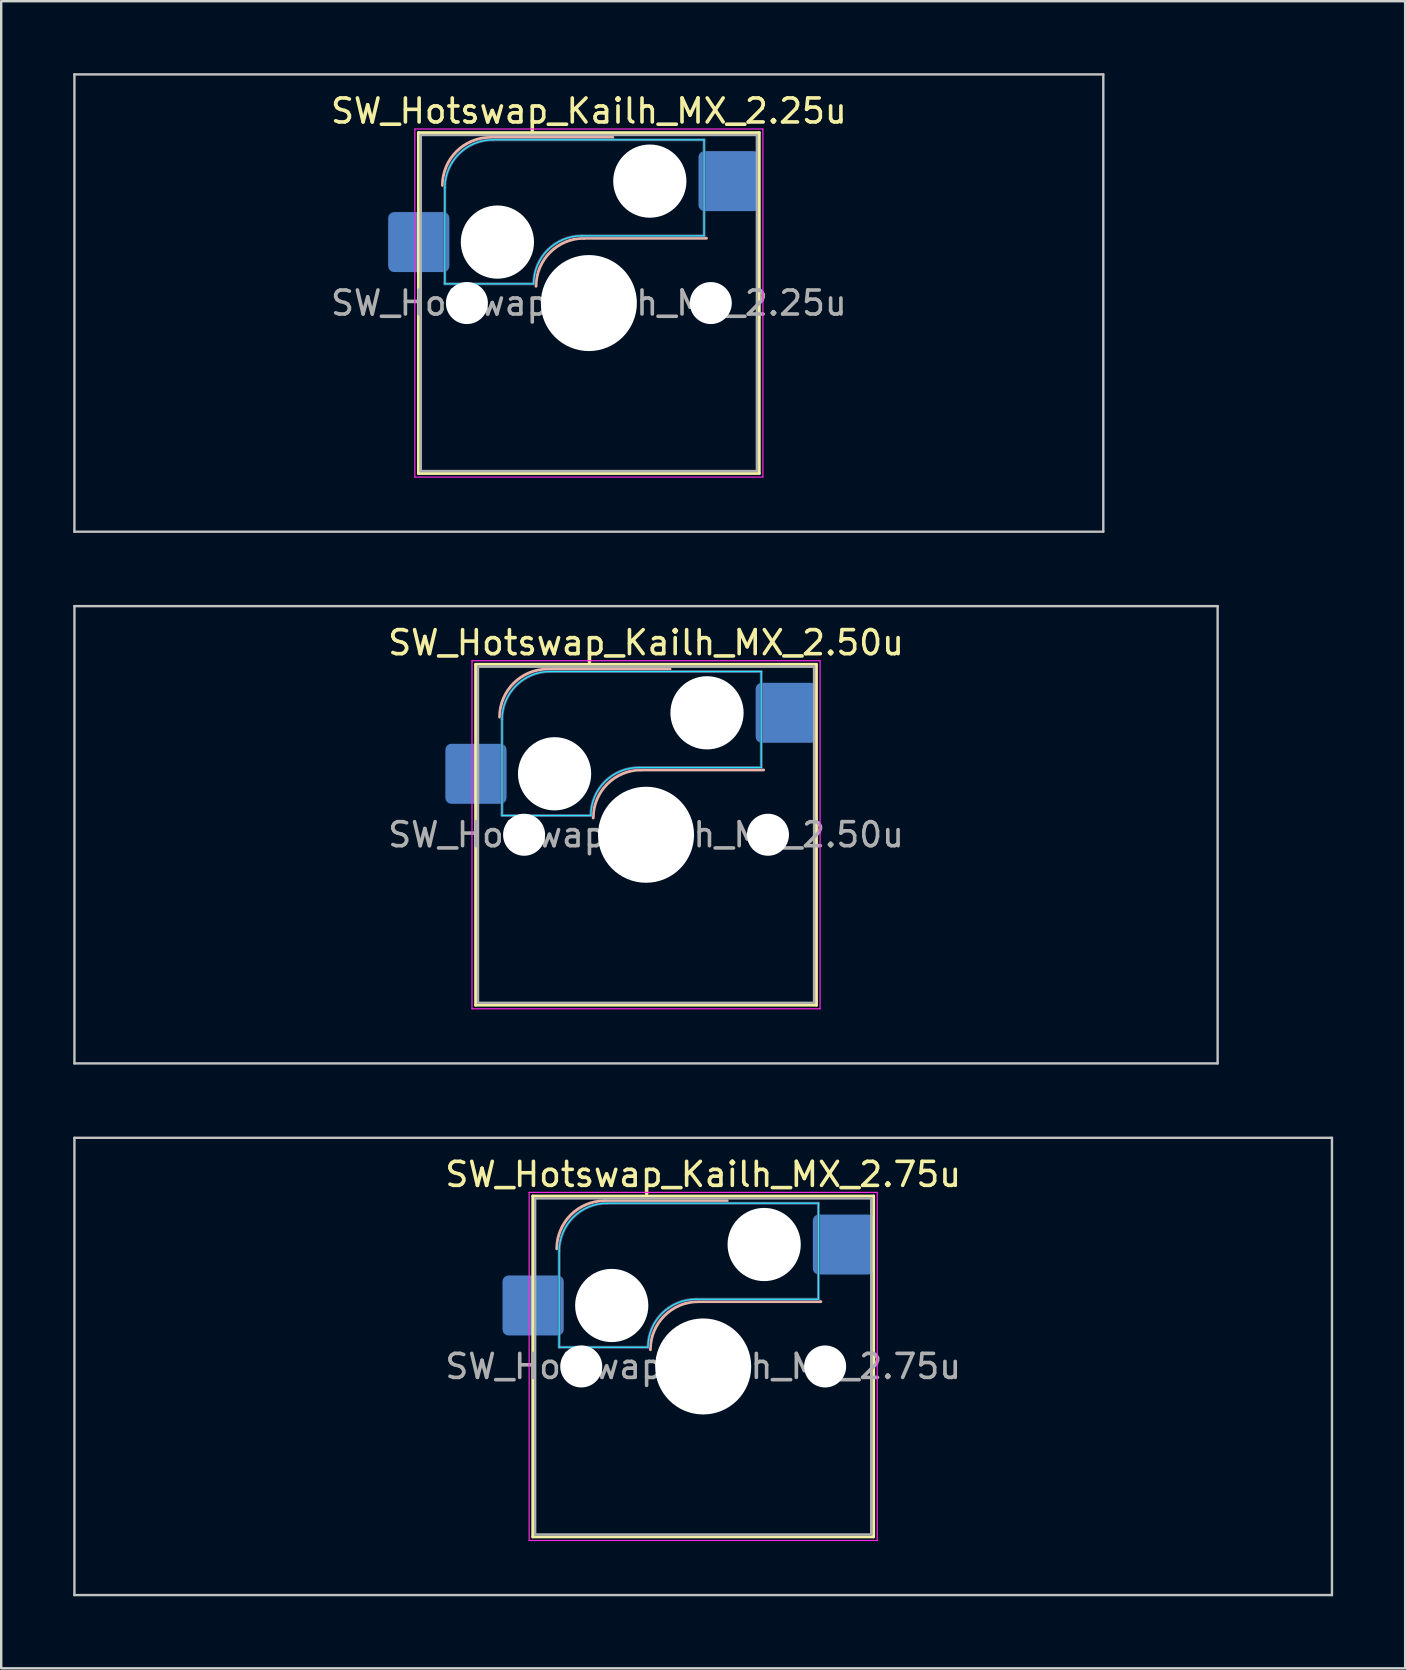
<source format=kicad_pcb>
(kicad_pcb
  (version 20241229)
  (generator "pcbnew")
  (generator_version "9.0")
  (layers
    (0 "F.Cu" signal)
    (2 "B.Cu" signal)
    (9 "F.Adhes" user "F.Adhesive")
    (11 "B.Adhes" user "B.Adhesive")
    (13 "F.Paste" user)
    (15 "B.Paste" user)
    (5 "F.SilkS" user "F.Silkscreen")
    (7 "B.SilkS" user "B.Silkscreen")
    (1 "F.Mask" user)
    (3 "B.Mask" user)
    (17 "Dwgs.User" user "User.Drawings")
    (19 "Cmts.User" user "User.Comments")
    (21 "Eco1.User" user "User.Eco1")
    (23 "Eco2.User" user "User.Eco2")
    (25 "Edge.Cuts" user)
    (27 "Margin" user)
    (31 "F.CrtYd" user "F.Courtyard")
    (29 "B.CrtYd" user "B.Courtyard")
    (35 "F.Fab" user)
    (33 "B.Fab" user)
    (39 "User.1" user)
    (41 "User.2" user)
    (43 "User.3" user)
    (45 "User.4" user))
  (footprint "SW_Hotswap_Kailh_MX_2.75u"
    (layer "F.Cu")
    (at 26.244 53.875)
    (property "Reference" "SW_Hotswap_Kailh_MX_2.75u" (at 0 -8 0) (layer "F.SilkS") (effects (font (size 1 1) (thickness 0.15))))
    (attr smd)
    (fp_line (start -7.1 -7.1) (end -7.1 7.1) (stroke (width 0.12) (type solid)) (layer "F.SilkS"))
    (fp_line (start -7.1 7.1) (end 7.1 7.1) (stroke (width 0.12) (type solid)) (layer "F.SilkS"))
    (fp_line (start 7.1 -7.1) (end -7.1 -7.1) (stroke (width 0.12) (type solid)) (layer "F.SilkS"))
    (fp_line (start 7.1 7.1) (end 7.1 -7.1) (stroke (width 0.12) (type solid)) (layer "F.SilkS"))
    (fp_line (start -4.1 -6.9) (end 1 -6.9) (stroke (width 0.12) (type solid)) (layer "B.SilkS"))
    (fp_line (start -0.2 -2.7) (end 4.9 -2.7) (stroke (width 0.12) (type solid)) (layer "B.SilkS"))
    (fp_arc (start -6.1 -4.9) (mid -5.514214 -6.314214) (end -4.1 -6.9) (stroke (width 0.12) (type solid)) (layer "B.SilkS"))
    (fp_arc (start -2.2 -0.7) (mid -1.614214 -2.114214) (end -0.2 -2.7) (stroke (width 0.12) (type solid)) (layer "B.SilkS"))
    (fp_line (start -26.194 -9.525) (end -26.194 9.525) (stroke (width 0.1) (type solid)) (layer "Dwgs.User"))
    (fp_line (start -26.194 9.525) (end 26.194 9.525) (stroke (width 0.1) (type solid)) (layer "Dwgs.User"))
    (fp_line (start 26.194 -9.525) (end -26.194 -9.525) (stroke (width 0.1) (type solid)) (layer "Dwgs.User"))
    (fp_line (start 26.194 9.525) (end 26.194 -9.525) (stroke (width 0.1) (type solid)) (layer "Dwgs.User"))
    (fp_line (start -7.8 -6) (end -7 -6) (stroke (width 0.1) (type solid)) (layer "Eco1.User"))
    (fp_line (start -7.8 -2.9) (end -7.8 -6) (stroke (width 0.1) (type solid)) (layer "Eco1.User"))
    (fp_line (start -7.8 2.9) (end -7 2.9) (stroke (width 0.1) (type solid)) (layer "Eco1.User"))
    (fp_line (start -7.8 6) (end -7.8 2.9) (stroke (width 0.1) (type solid)) (layer "Eco1.User"))
    (fp_line (start -7 -7) (end 7 -7) (stroke (width 0.1) (type solid)) (layer "Eco1.User"))
    (fp_line (start -7 -6) (end -7 -7) (stroke (width 0.1) (type solid)) (layer "Eco1.User"))
    (fp_line (start -7 -2.9) (end -7.8 -2.9) (stroke (width 0.1) (type solid)) (layer "Eco1.User"))
    (fp_line (start -7 2.9) (end -7 -2.9) (stroke (width 0.1) (type solid)) (layer "Eco1.User"))
    (fp_line (start -7 6) (end -7.8 6) (stroke (width 0.1) (type solid)) (layer "Eco1.User"))
    (fp_line (start -7 7) (end -7 6) (stroke (width 0.1) (type solid)) (layer "Eco1.User"))
    (fp_line (start 7 -7) (end 7 -6) (stroke (width 0.1) (type solid)) (layer "Eco1.User"))
    (fp_line (start 7 -6) (end 7.8 -6) (stroke (width 0.1) (type solid)) (layer "Eco1.User"))
    (fp_line (start 7 -2.9) (end 7 2.9) (stroke (width 0.1) (type solid)) (layer "Eco1.User"))
    (fp_line (start 7 2.9) (end 7.8 2.9) (stroke (width 0.1) (type solid)) (layer "Eco1.User"))
    (fp_line (start 7 6) (end 7 7) (stroke (width 0.1) (type solid)) (layer "Eco1.User"))
    (fp_line (start 7 7) (end -7 7) (stroke (width 0.1) (type solid)) (layer "Eco1.User"))
    (fp_line (start 7.8 -6) (end 7.8 -2.9) (stroke (width 0.1) (type solid)) (layer "Eco1.User"))
    (fp_line (start 7.8 -2.9) (end 7 -2.9) (stroke (width 0.1) (type solid)) (layer "Eco1.User"))
    (fp_line (start 7.8 2.9) (end 7.8 6) (stroke (width 0.1) (type solid)) (layer "Eco1.User"))
    (fp_line (start 7.8 6) (end 7 6) (stroke (width 0.1) (type solid)) (layer "Eco1.User"))
    (fp_line (start -6 -0.8) (end -6 -4.8) (stroke (width 0.05) (type solid)) (layer "B.CrtYd"))
    (fp_line (start -6 -0.8) (end -2.3 -0.8) (stroke (width 0.05) (type solid)) (layer "B.CrtYd"))
    (fp_line (start -4 -6.8) (end 4.8 -6.8) (stroke (width 0.05) (type solid)) (layer "B.CrtYd"))
    (fp_line (start -0.3 -2.8) (end 4.8 -2.8) (stroke (width 0.05) (type solid)) (layer "B.CrtYd"))
    (fp_line (start 4.8 -6.8) (end 4.8 -2.8) (stroke (width 0.05) (type solid)) (layer "B.CrtYd"))
    (fp_arc (start -6 -4.8) (mid -5.414214 -6.214214) (end -4 -6.8) (stroke (width 0.05) (type solid)) (layer "B.CrtYd"))
    (fp_arc (start -2.3 -0.8) (mid -1.714214 -2.214214) (end -0.3 -2.8) (stroke (width 0.05) (type solid)) (layer "B.CrtYd"))
    (fp_line (start -7.25 -7.25) (end -7.25 7.25) (stroke (width 0.05) (type solid)) (layer "F.CrtYd"))
    (fp_line (start -7.25 7.25) (end 7.25 7.25) (stroke (width 0.05) (type solid)) (layer "F.CrtYd"))
    (fp_line (start 7.25 -7.25) (end -7.25 -7.25) (stroke (width 0.05) (type solid)) (layer "F.CrtYd"))
    (fp_line (start 7.25 7.25) (end 7.25 -7.25) (stroke (width 0.05) (type solid)) (layer "F.CrtYd"))
    (fp_line (start -6 -0.8) (end -6 -4.8) (stroke (width 0.12) (type solid)) (layer "B.Fab"))
    (fp_line (start -6 -0.8) (end -2.3 -0.8) (stroke (width 0.12) (type solid)) (layer "B.Fab"))
    (fp_line (start -4 -6.8) (end 4.8 -6.8) (stroke (width 0.12) (type solid)) (layer "B.Fab"))
    (fp_line (start -0.3 -2.8) (end 4.8 -2.8) (stroke (width 0.12) (type solid)) (layer "B.Fab"))
    (fp_line (start 4.8 -6.8) (end 4.8 -2.8) (stroke (width 0.12) (type solid)) (layer "B.Fab"))
    (fp_arc (start -6 -4.8) (mid -5.414214 -6.214214) (end -4 -6.8) (stroke (width 0.12) (type solid)) (layer "B.Fab"))
    (fp_arc (start -2.3 -0.8) (mid -1.714214 -2.214214) (end -0.3 -2.8) (stroke (width 0.12) (type solid)) (layer "B.Fab"))
    (fp_line (start -7 -7) (end -7 7) (stroke (width 0.1) (type solid)) (layer "F.Fab"))
    (fp_line (start -7 7) (end 7 7) (stroke (width 0.1) (type solid)) (layer "F.Fab"))
    (fp_line (start 7 -7) (end -7 -7) (stroke (width 0.1) (type solid)) (layer "F.Fab"))
    (fp_line (start 7 7) (end 7 -7) (stroke (width 0.1) (type solid)) (layer "F.Fab"))
    (fp_text user "${REFERENCE}" (at 0 0 0) (layer "F.Fab") (effects (font (size 1 1) (thickness 0.15))))
    (pad "" np_thru_hole circle (at -5.08 0) (size 1.75 1.75) (drill 1.75) (layers "*.Cu" "*.Mask"))
    (pad "" np_thru_hole circle (at -3.81 -2.54) (size 3.05 3.05) (drill 3.05) (layers "*.Cu" "*.Mask"))
    (pad "" np_thru_hole circle (at 0 0) (size 4 4) (drill 4) (layers "*.Cu" "*.Mask"))
    (pad "" np_thru_hole circle (at 2.54 -5.08) (size 3.05 3.05) (drill 3.05) (layers "*.Cu" "*.Mask"))
    (pad "" np_thru_hole circle (at 5.08 0) (size 1.75 1.75) (drill 1.75) (layers "*.Cu" "*.Mask"))
    (pad "1" smd roundrect (at -7.085 -2.54) (size 2.55 2.5) (layers "B.Cu" "B.Mask" "B.Paste") (roundrect_rratio 0.1))
    (pad "2" smd roundrect (at 5.842 -5.08) (size 2.55 2.5) (layers "B.Cu" "B.Mask" "B.Paste") (roundrect_rratio 0.1)))
  (footprint "SW_Hotswap_Kailh_MX_2.50u"
    (layer "F.Cu")
    (at 23.863 31.725)
    (property "Reference" "SW_Hotswap_Kailh_MX_2.50u" (at 0 -8 0) (layer "F.SilkS") (effects (font (size 1 1) (thickness 0.15))))
    (attr smd)
    (fp_line (start -7.1 -7.1) (end -7.1 7.1) (stroke (width 0.12) (type solid)) (layer "F.SilkS"))
    (fp_line (start -7.1 7.1) (end 7.1 7.1) (stroke (width 0.12) (type solid)) (layer "F.SilkS"))
    (fp_line (start 7.1 -7.1) (end -7.1 -7.1) (stroke (width 0.12) (type solid)) (layer "F.SilkS"))
    (fp_line (start 7.1 7.1) (end 7.1 -7.1) (stroke (width 0.12) (type solid)) (layer "F.SilkS"))
    (fp_line (start -4.1 -6.9) (end 1 -6.9) (stroke (width 0.12) (type solid)) (layer "B.SilkS"))
    (fp_line (start -0.2 -2.7) (end 4.9 -2.7) (stroke (width 0.12) (type solid)) (layer "B.SilkS"))
    (fp_arc (start -6.1 -4.9) (mid -5.514214 -6.314214) (end -4.1 -6.9) (stroke (width 0.12) (type solid)) (layer "B.SilkS"))
    (fp_arc (start -2.2 -0.7) (mid -1.614214 -2.114214) (end -0.2 -2.7) (stroke (width 0.12) (type solid)) (layer "B.SilkS"))
    (fp_line (start -23.812 -9.525) (end -23.812 9.525) (stroke (width 0.1) (type solid)) (layer "Dwgs.User"))
    (fp_line (start -23.812 9.525) (end 23.812 9.525) (stroke (width 0.1) (type solid)) (layer "Dwgs.User"))
    (fp_line (start 23.812 -9.525) (end -23.812 -9.525) (stroke (width 0.1) (type solid)) (layer "Dwgs.User"))
    (fp_line (start 23.812 9.525) (end 23.812 -9.525) (stroke (width 0.1) (type solid)) (layer "Dwgs.User"))
    (fp_line (start -7.8 -6) (end -7 -6) (stroke (width 0.1) (type solid)) (layer "Eco1.User"))
    (fp_line (start -7.8 -2.9) (end -7.8 -6) (stroke (width 0.1) (type solid)) (layer "Eco1.User"))
    (fp_line (start -7.8 2.9) (end -7 2.9) (stroke (width 0.1) (type solid)) (layer "Eco1.User"))
    (fp_line (start -7.8 6) (end -7.8 2.9) (stroke (width 0.1) (type solid)) (layer "Eco1.User"))
    (fp_line (start -7 -7) (end 7 -7) (stroke (width 0.1) (type solid)) (layer "Eco1.User"))
    (fp_line (start -7 -6) (end -7 -7) (stroke (width 0.1) (type solid)) (layer "Eco1.User"))
    (fp_line (start -7 -2.9) (end -7.8 -2.9) (stroke (width 0.1) (type solid)) (layer "Eco1.User"))
    (fp_line (start -7 2.9) (end -7 -2.9) (stroke (width 0.1) (type solid)) (layer "Eco1.User"))
    (fp_line (start -7 6) (end -7.8 6) (stroke (width 0.1) (type solid)) (layer "Eco1.User"))
    (fp_line (start -7 7) (end -7 6) (stroke (width 0.1) (type solid)) (layer "Eco1.User"))
    (fp_line (start 7 -7) (end 7 -6) (stroke (width 0.1) (type solid)) (layer "Eco1.User"))
    (fp_line (start 7 -6) (end 7.8 -6) (stroke (width 0.1) (type solid)) (layer "Eco1.User"))
    (fp_line (start 7 -2.9) (end 7 2.9) (stroke (width 0.1) (type solid)) (layer "Eco1.User"))
    (fp_line (start 7 2.9) (end 7.8 2.9) (stroke (width 0.1) (type solid)) (layer "Eco1.User"))
    (fp_line (start 7 6) (end 7 7) (stroke (width 0.1) (type solid)) (layer "Eco1.User"))
    (fp_line (start 7 7) (end -7 7) (stroke (width 0.1) (type solid)) (layer "Eco1.User"))
    (fp_line (start 7.8 -6) (end 7.8 -2.9) (stroke (width 0.1) (type solid)) (layer "Eco1.User"))
    (fp_line (start 7.8 -2.9) (end 7 -2.9) (stroke (width 0.1) (type solid)) (layer "Eco1.User"))
    (fp_line (start 7.8 2.9) (end 7.8 6) (stroke (width 0.1) (type solid)) (layer "Eco1.User"))
    (fp_line (start 7.8 6) (end 7 6) (stroke (width 0.1) (type solid)) (layer "Eco1.User"))
    (fp_line (start -6 -0.8) (end -6 -4.8) (stroke (width 0.05) (type solid)) (layer "B.CrtYd"))
    (fp_line (start -6 -0.8) (end -2.3 -0.8) (stroke (width 0.05) (type solid)) (layer "B.CrtYd"))
    (fp_line (start -4 -6.8) (end 4.8 -6.8) (stroke (width 0.05) (type solid)) (layer "B.CrtYd"))
    (fp_line (start -0.3 -2.8) (end 4.8 -2.8) (stroke (width 0.05) (type solid)) (layer "B.CrtYd"))
    (fp_line (start 4.8 -6.8) (end 4.8 -2.8) (stroke (width 0.05) (type solid)) (layer "B.CrtYd"))
    (fp_arc (start -6 -4.8) (mid -5.414214 -6.214214) (end -4 -6.8) (stroke (width 0.05) (type solid)) (layer "B.CrtYd"))
    (fp_arc (start -2.3 -0.8) (mid -1.714214 -2.214214) (end -0.3 -2.8) (stroke (width 0.05) (type solid)) (layer "B.CrtYd"))
    (fp_line (start -7.25 -7.25) (end -7.25 7.25) (stroke (width 0.05) (type solid)) (layer "F.CrtYd"))
    (fp_line (start -7.25 7.25) (end 7.25 7.25) (stroke (width 0.05) (type solid)) (layer "F.CrtYd"))
    (fp_line (start 7.25 -7.25) (end -7.25 -7.25) (stroke (width 0.05) (type solid)) (layer "F.CrtYd"))
    (fp_line (start 7.25 7.25) (end 7.25 -7.25) (stroke (width 0.05) (type solid)) (layer "F.CrtYd"))
    (fp_line (start -6 -0.8) (end -6 -4.8) (stroke (width 0.12) (type solid)) (layer "B.Fab"))
    (fp_line (start -6 -0.8) (end -2.3 -0.8) (stroke (width 0.12) (type solid)) (layer "B.Fab"))
    (fp_line (start -4 -6.8) (end 4.8 -6.8) (stroke (width 0.12) (type solid)) (layer "B.Fab"))
    (fp_line (start -0.3 -2.8) (end 4.8 -2.8) (stroke (width 0.12) (type solid)) (layer "B.Fab"))
    (fp_line (start 4.8 -6.8) (end 4.8 -2.8) (stroke (width 0.12) (type solid)) (layer "B.Fab"))
    (fp_arc (start -6 -4.8) (mid -5.414214 -6.214214) (end -4 -6.8) (stroke (width 0.12) (type solid)) (layer "B.Fab"))
    (fp_arc (start -2.3 -0.8) (mid -1.714214 -2.214214) (end -0.3 -2.8) (stroke (width 0.12) (type solid)) (layer "B.Fab"))
    (fp_line (start -7 -7) (end -7 7) (stroke (width 0.1) (type solid)) (layer "F.Fab"))
    (fp_line (start -7 7) (end 7 7) (stroke (width 0.1) (type solid)) (layer "F.Fab"))
    (fp_line (start 7 -7) (end -7 -7) (stroke (width 0.1) (type solid)) (layer "F.Fab"))
    (fp_line (start 7 7) (end 7 -7) (stroke (width 0.1) (type solid)) (layer "F.Fab"))
    (fp_text user "${REFERENCE}" (at 0 0 0) (layer "F.Fab") (effects (font (size 1 1) (thickness 0.15))))
    (pad "" np_thru_hole circle (at -5.08 0) (size 1.75 1.75) (drill 1.75) (layers "*.Cu" "*.Mask"))
    (pad "" np_thru_hole circle (at -3.81 -2.54) (size 3.05 3.05) (drill 3.05) (layers "*.Cu" "*.Mask"))
    (pad "" np_thru_hole circle (at 0 0) (size 4 4) (drill 4) (layers "*.Cu" "*.Mask"))
    (pad "" np_thru_hole circle (at 2.54 -5.08) (size 3.05 3.05) (drill 3.05) (layers "*.Cu" "*.Mask"))
    (pad "" np_thru_hole circle (at 5.08 0) (size 1.75 1.75) (drill 1.75) (layers "*.Cu" "*.Mask"))
    (pad "1" smd roundrect (at -7.085 -2.54) (size 2.55 2.5) (layers "B.Cu" "B.Mask" "B.Paste") (roundrect_rratio 0.1))
    (pad "2" smd roundrect (at 5.842 -5.08) (size 2.55 2.5) (layers "B.Cu" "B.Mask" "B.Paste") (roundrect_rratio 0.1)))
  (footprint "SW_Hotswap_Kailh_MX_2.25u"
    (layer "F.Cu")
    (at 21.481 9.575)
    (property "Reference" "SW_Hotswap_Kailh_MX_2.25u" (at 0 -8 0) (layer "F.SilkS") (effects (font (size 1 1) (thickness 0.15))))
    (attr smd)
    (fp_line (start -7.1 -7.1) (end -7.1 7.1) (stroke (width 0.12) (type solid)) (layer "F.SilkS"))
    (fp_line (start -7.1 7.1) (end 7.1 7.1) (stroke (width 0.12) (type solid)) (layer "F.SilkS"))
    (fp_line (start 7.1 -7.1) (end -7.1 -7.1) (stroke (width 0.12) (type solid)) (layer "F.SilkS"))
    (fp_line (start 7.1 7.1) (end 7.1 -7.1) (stroke (width 0.12) (type solid)) (layer "F.SilkS"))
    (fp_line (start -4.1 -6.9) (end 1 -6.9) (stroke (width 0.12) (type solid)) (layer "B.SilkS"))
    (fp_line (start -0.2 -2.7) (end 4.9 -2.7) (stroke (width 0.12) (type solid)) (layer "B.SilkS"))
    (fp_arc (start -6.1 -4.9) (mid -5.514214 -6.314214) (end -4.1 -6.9) (stroke (width 0.12) (type solid)) (layer "B.SilkS"))
    (fp_arc (start -2.2 -0.7) (mid -1.614214 -2.114214) (end -0.2 -2.7) (stroke (width 0.12) (type solid)) (layer "B.SilkS"))
    (fp_line (start -21.431 -9.525) (end -21.431 9.525) (stroke (width 0.1) (type solid)) (layer "Dwgs.User"))
    (fp_line (start -21.431 9.525) (end 21.431 9.525) (stroke (width 0.1) (type solid)) (layer "Dwgs.User"))
    (fp_line (start 21.431 -9.525) (end -21.431 -9.525) (stroke (width 0.1) (type solid)) (layer "Dwgs.User"))
    (fp_line (start 21.431 9.525) (end 21.431 -9.525) (stroke (width 0.1) (type solid)) (layer "Dwgs.User"))
    (fp_line (start -7.8 -6) (end -7 -6) (stroke (width 0.1) (type solid)) (layer "Eco1.User"))
    (fp_line (start -7.8 -2.9) (end -7.8 -6) (stroke (width 0.1) (type solid)) (layer "Eco1.User"))
    (fp_line (start -7.8 2.9) (end -7 2.9) (stroke (width 0.1) (type solid)) (layer "Eco1.User"))
    (fp_line (start -7.8 6) (end -7.8 2.9) (stroke (width 0.1) (type solid)) (layer "Eco1.User"))
    (fp_line (start -7 -7) (end 7 -7) (stroke (width 0.1) (type solid)) (layer "Eco1.User"))
    (fp_line (start -7 -6) (end -7 -7) (stroke (width 0.1) (type solid)) (layer "Eco1.User"))
    (fp_line (start -7 -2.9) (end -7.8 -2.9) (stroke (width 0.1) (type solid)) (layer "Eco1.User"))
    (fp_line (start -7 2.9) (end -7 -2.9) (stroke (width 0.1) (type solid)) (layer "Eco1.User"))
    (fp_line (start -7 6) (end -7.8 6) (stroke (width 0.1) (type solid)) (layer "Eco1.User"))
    (fp_line (start -7 7) (end -7 6) (stroke (width 0.1) (type solid)) (layer "Eco1.User"))
    (fp_line (start 7 -7) (end 7 -6) (stroke (width 0.1) (type solid)) (layer "Eco1.User"))
    (fp_line (start 7 -6) (end 7.8 -6) (stroke (width 0.1) (type solid)) (layer "Eco1.User"))
    (fp_line (start 7 -2.9) (end 7 2.9) (stroke (width 0.1) (type solid)) (layer "Eco1.User"))
    (fp_line (start 7 2.9) (end 7.8 2.9) (stroke (width 0.1) (type solid)) (layer "Eco1.User"))
    (fp_line (start 7 6) (end 7 7) (stroke (width 0.1) (type solid)) (layer "Eco1.User"))
    (fp_line (start 7 7) (end -7 7) (stroke (width 0.1) (type solid)) (layer "Eco1.User"))
    (fp_line (start 7.8 -6) (end 7.8 -2.9) (stroke (width 0.1) (type solid)) (layer "Eco1.User"))
    (fp_line (start 7.8 -2.9) (end 7 -2.9) (stroke (width 0.1) (type solid)) (layer "Eco1.User"))
    (fp_line (start 7.8 2.9) (end 7.8 6) (stroke (width 0.1) (type solid)) (layer "Eco1.User"))
    (fp_line (start 7.8 6) (end 7 6) (stroke (width 0.1) (type solid)) (layer "Eco1.User"))
    (fp_line (start -6 -0.8) (end -6 -4.8) (stroke (width 0.05) (type solid)) (layer "B.CrtYd"))
    (fp_line (start -6 -0.8) (end -2.3 -0.8) (stroke (width 0.05) (type solid)) (layer "B.CrtYd"))
    (fp_line (start -4 -6.8) (end 4.8 -6.8) (stroke (width 0.05) (type solid)) (layer "B.CrtYd"))
    (fp_line (start -0.3 -2.8) (end 4.8 -2.8) (stroke (width 0.05) (type solid)) (layer "B.CrtYd"))
    (fp_line (start 4.8 -6.8) (end 4.8 -2.8) (stroke (width 0.05) (type solid)) (layer "B.CrtYd"))
    (fp_arc (start -6 -4.8) (mid -5.414214 -6.214214) (end -4 -6.8) (stroke (width 0.05) (type solid)) (layer "B.CrtYd"))
    (fp_arc (start -2.3 -0.8) (mid -1.714214 -2.214214) (end -0.3 -2.8) (stroke (width 0.05) (type solid)) (layer "B.CrtYd"))
    (fp_line (start -7.25 -7.25) (end -7.25 7.25) (stroke (width 0.05) (type solid)) (layer "F.CrtYd"))
    (fp_line (start -7.25 7.25) (end 7.25 7.25) (stroke (width 0.05) (type solid)) (layer "F.CrtYd"))
    (fp_line (start 7.25 -7.25) (end -7.25 -7.25) (stroke (width 0.05) (type solid)) (layer "F.CrtYd"))
    (fp_line (start 7.25 7.25) (end 7.25 -7.25) (stroke (width 0.05) (type solid)) (layer "F.CrtYd"))
    (fp_line (start -6 -0.8) (end -6 -4.8) (stroke (width 0.12) (type solid)) (layer "B.Fab"))
    (fp_line (start -6 -0.8) (end -2.3 -0.8) (stroke (width 0.12) (type solid)) (layer "B.Fab"))
    (fp_line (start -4 -6.8) (end 4.8 -6.8) (stroke (width 0.12) (type solid)) (layer "B.Fab"))
    (fp_line (start -0.3 -2.8) (end 4.8 -2.8) (stroke (width 0.12) (type solid)) (layer "B.Fab"))
    (fp_line (start 4.8 -6.8) (end 4.8 -2.8) (stroke (width 0.12) (type solid)) (layer "B.Fab"))
    (fp_arc (start -6 -4.8) (mid -5.414214 -6.214214) (end -4 -6.8) (stroke (width 0.12) (type solid)) (layer "B.Fab"))
    (fp_arc (start -2.3 -0.8) (mid -1.714214 -2.214214) (end -0.3 -2.8) (stroke (width 0.12) (type solid)) (layer "B.Fab"))
    (fp_line (start -7 -7) (end -7 7) (stroke (width 0.1) (type solid)) (layer "F.Fab"))
    (fp_line (start -7 7) (end 7 7) (stroke (width 0.1) (type solid)) (layer "F.Fab"))
    (fp_line (start 7 -7) (end -7 -7) (stroke (width 0.1) (type solid)) (layer "F.Fab"))
    (fp_line (start 7 7) (end 7 -7) (stroke (width 0.1) (type solid)) (layer "F.Fab"))
    (fp_text user "${REFERENCE}" (at 0 0 0) (layer "F.Fab") (effects (font (size 1 1) (thickness 0.15))))
    (pad "" np_thru_hole circle (at -5.08 0) (size 1.75 1.75) (drill 1.75) (layers "*.Cu" "*.Mask"))
    (pad "" np_thru_hole circle (at -3.81 -2.54) (size 3.05 3.05) (drill 3.05) (layers "*.Cu" "*.Mask"))
    (pad "" np_thru_hole circle (at 0 0) (size 4 4) (drill 4) (layers "*.Cu" "*.Mask"))
    (pad "" np_thru_hole circle (at 2.54 -5.08) (size 3.05 3.05) (drill 3.05) (layers "*.Cu" "*.Mask"))
    (pad "" np_thru_hole circle (at 5.08 0) (size 1.75 1.75) (drill 1.75) (layers "*.Cu" "*.Mask"))
    (pad "1" smd roundrect (at -7.085 -2.54) (size 2.55 2.5) (layers "B.Cu" "B.Mask" "B.Paste") (roundrect_rratio 0.1))
    (pad "2" smd roundrect (at 5.842 -5.08) (size 2.55 2.5) (layers "B.Cu" "B.Mask" "B.Paste") (roundrect_rratio 0.1)))
  (gr_rect
    (start -3 -3)
    (end 55.487 66.45)
    (stroke (width 0.1) (type default))
    (fill no)
    (layer "Edge.Cuts")))
</source>
